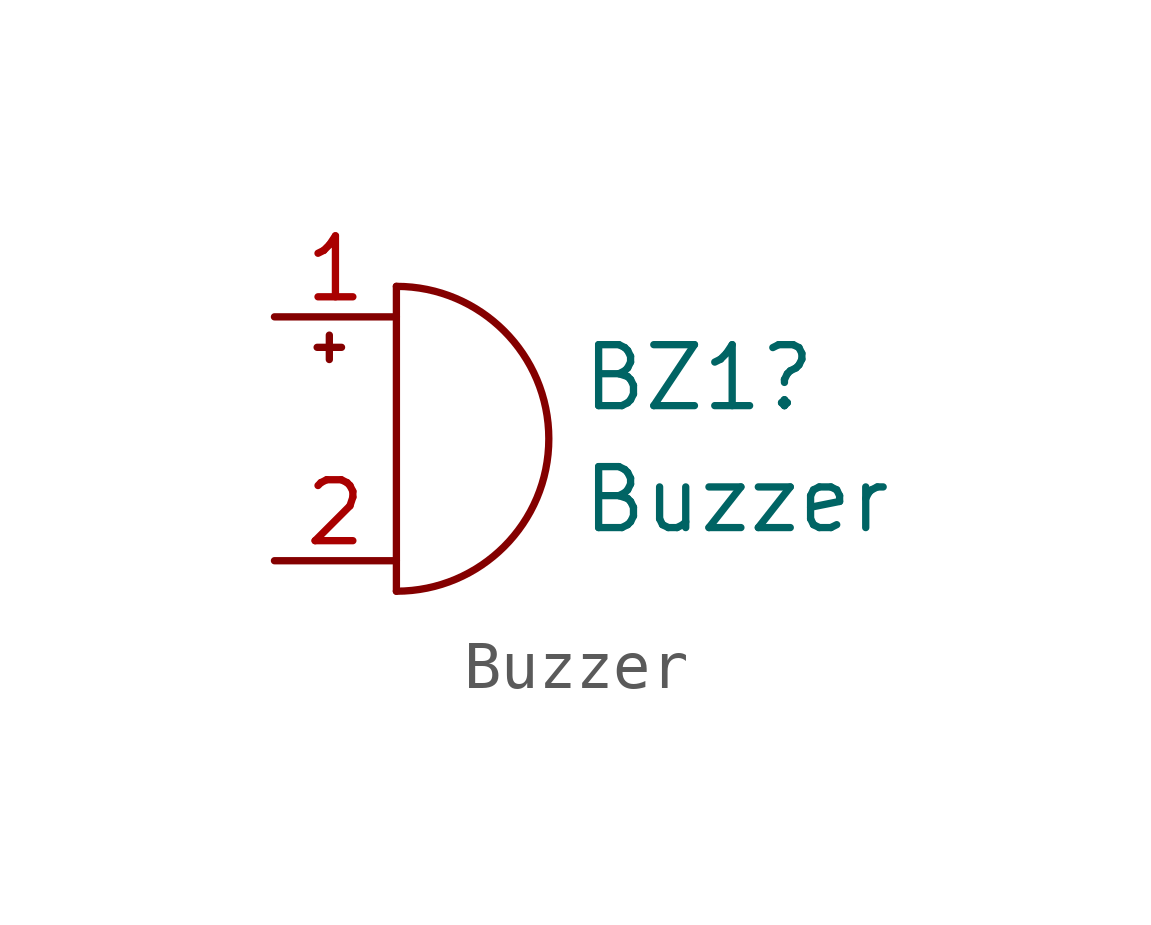
<source format=kicad_sym>
(kicad_symbol_lib
  (version 20220914)
  (generator kicad_symbol_editor)
  (symbol "Buzzer"
    (pin_names
      (offset 0.025) hide)
    (property "Reference" "BZ1"
      (at 3.81 1.27 0)
      (effects (font (size 1.27 1.27)) (justify left)))
    (property "Value" "Buzzer"
      (at 3.81 -1.27 0)
      (effects (font (size 1.27 1.27)) (justify left)))
    (symbol "Buzzer_0_1"
      (arc (start 0 -3.175) (mid 3.1612 0) (end 0 3.175) (stroke (width 0) (type default)) (fill (type none)))
      (polyline (pts (xy -1.651 1.905) (xy -1.143 1.905)) (stroke (width 0) (type default)) (fill (type none)))
      (polyline (pts (xy -1.397 2.159) (xy -1.397 1.651)) (stroke (width 0) (type default)) (fill (type none)))
      (polyline (pts (xy 0 3.175) (xy 0 -3.175)) (stroke (width 0) (type default)) (fill (type none))))
    (symbol "Buzzer_1_1"
      (pin passive line (at -2.54 2.54 0) (length 2.54) (name "-" (effects (font (size 1.27 1.27)))) (number "1" (effects (font (size 1.27 1.27)))))
      (pin passive line (at -2.54 -2.54 0) (length 2.54) (name "+" (effects (font (size 1.27 1.27)))) (number "2" (effects (font (size 1.27 1.27))))))))
</source>
